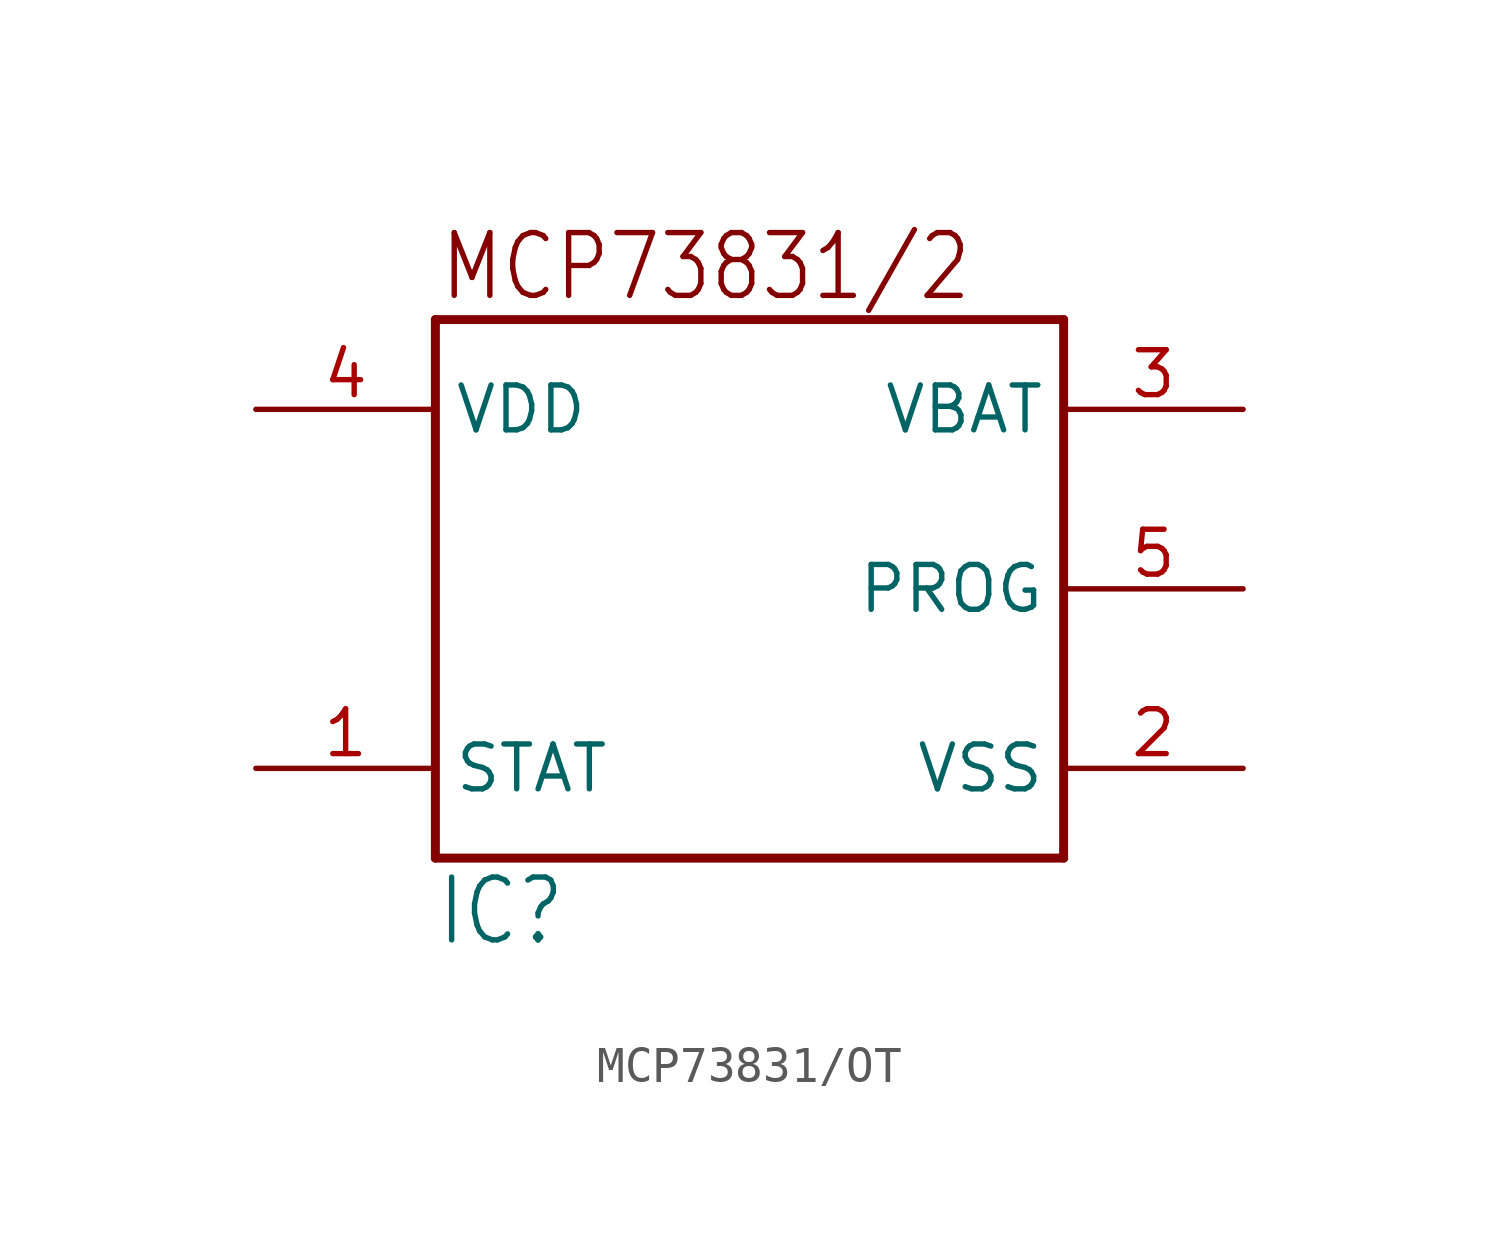
<source format=kicad_sym>
(kicad_symbol_lib
  (version 20220914)
  (generator kicad_symbol_editor)
  (symbol "MCP73831/OT"
    (property "Reference" "IC"
      (at -7.62 -10.16 0)
      (effects (font (size 1.778 1.511)) (justify left bottom)))
    (property "ki_locked" ""
      (at 0 0 0)
      (effects (font (size 1.27 1.27))))
    (symbol "MCP73831/OT_1_0"
      (polyline (pts (xy -7.62 -7.62) (xy -7.62 7.62)) (stroke (width 0.254) (type solid)) (fill (type none)))
      (polyline (pts (xy -7.62 7.62) (xy 10.16 7.62)) (stroke (width 0.254) (type solid)) (fill (type none)))
      (polyline (pts (xy 10.16 -7.62) (xy -7.62 -7.62)) (stroke (width 0.254) (type solid)) (fill (type none)))
      (polyline (pts (xy 10.16 7.62) (xy 10.16 -7.62)) (stroke (width 0.254) (type solid)) (fill (type none)))
      (text "MCP73831/2" (at 7.62 10.16 0) (effects (font (size 1.778 1.511)) (justify right top)))
      (pin output line (at -12.7 -5.08 0) (length 5.08) (name "STAT" (effects (font (size 1.27 1.27)))) (number "1" (effects (font (size 1.27 1.27)))))
      (pin power_in line (at 15.24 -5.08 180) (length 5.08) (name "VSS" (effects (font (size 1.27 1.27)))) (number "2" (effects (font (size 1.27 1.27)))))
      (pin bidirectional line (at 15.24 5.08 180) (length 5.08) (name "VBAT" (effects (font (size 1.27 1.27)))) (number "3" (effects (font (size 1.27 1.27)))))
      (pin power_in line (at -12.7 5.08 0) (length 5.08) (name "VDD" (effects (font (size 1.27 1.27)))) (number "4" (effects (font (size 1.27 1.27)))))
      (pin input line (at 15.24 0 180) (length 5.08) (name "PROG" (effects (font (size 1.27 1.27)))) (number "5" (effects (font (size 1.27 1.27))))))))
</source>
